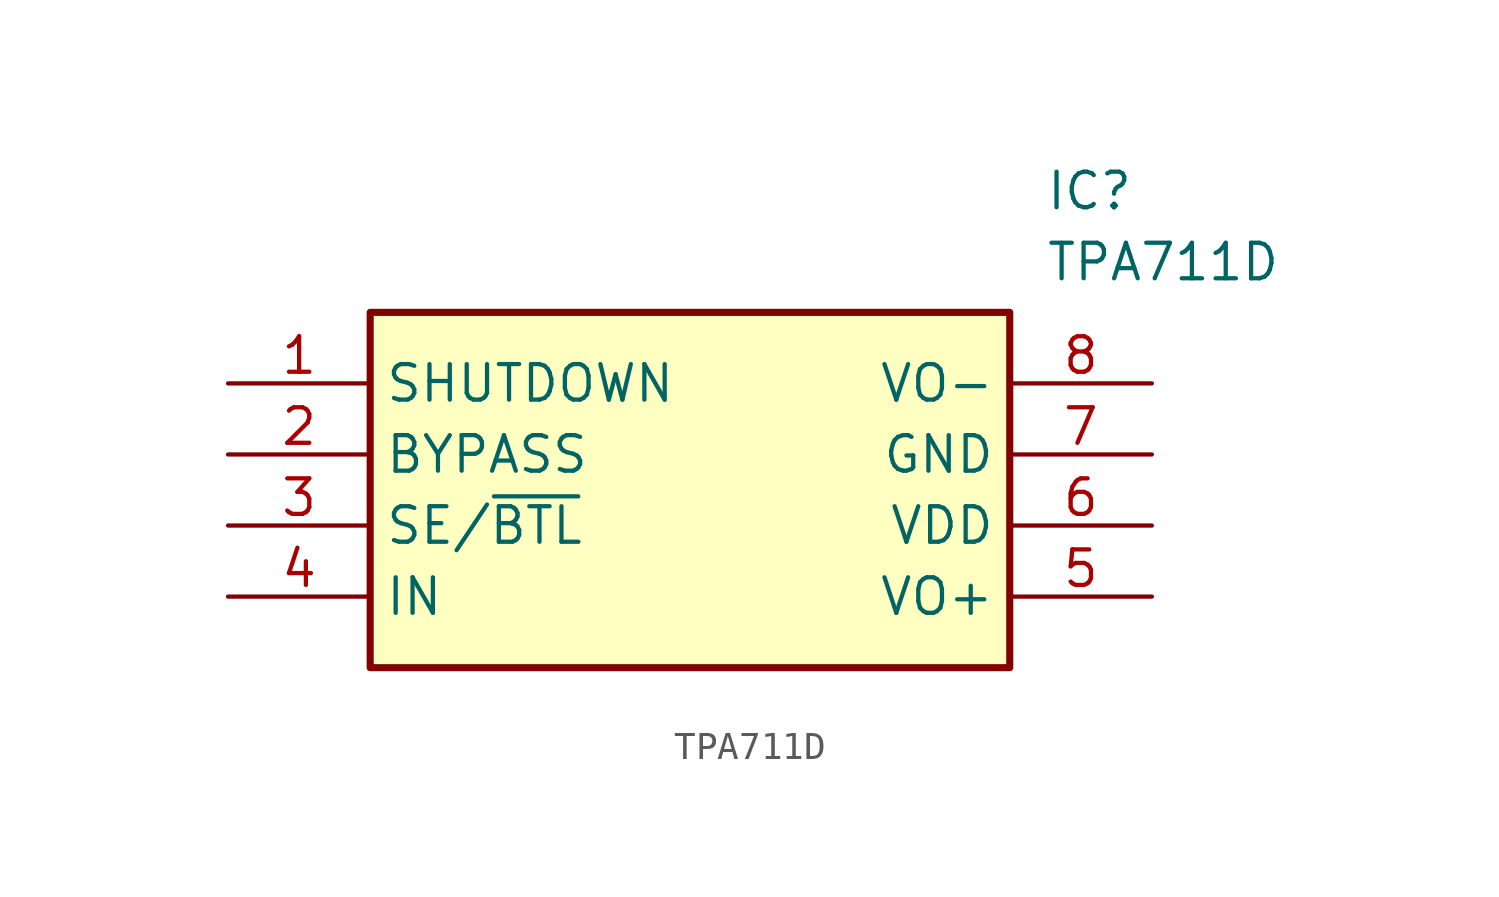
<source format=kicad_sym>
(kicad_symbol_lib
  (version 20211014)
  (generator SamacSys_ECAD_Model)
  (symbol "TPA711D"
    (property "Reference" "IC"
      (at 29.21 7.62 0)
      (effects (font (size 1.27 1.27)) (justify left top)))
    (property "Value" "TPA711D"
      (at 29.21 5.08 0)
      (effects (font (size 1.27 1.27)) (justify left top)))
    (rectangle
      (start 5.08 2.54)
      (end 27.94 -10.16)
      (stroke (width 0.254) (type default))
      (fill (type background)))
    (pin passive line
      (at 0 0 0)
      (length 5.08)
      (name "SHUTDOWN" (effects (font (size 1.27 1.27))))
      (number "1" (effects (font (size 1.27 1.27)))))
    (pin passive line
      (at 0 -2.54 0)
      (length 5.08)
      (name "BYPASS" (effects (font (size 1.27 1.27))))
      (number "2" (effects (font (size 1.27 1.27)))))
    (pin passive line
      (at 0 -5.08 0)
      (length 5.08)
      (name "SE/~{BTL}" (effects (font (size 1.27 1.27))))
      (number "3" (effects (font (size 1.27 1.27)))))
    (pin passive line
      (at 0 -7.62 0)
      (length 5.08)
      (name "IN" (effects (font (size 1.27 1.27))))
      (number "4" (effects (font (size 1.27 1.27)))))
    (pin passive line
      (at 33.02 0 180)
      (length 5.08)
      (name "VO-" (effects (font (size 1.27 1.27))))
      (number "8" (effects (font (size 1.27 1.27)))))
    (pin passive line
      (at 33.02 -2.54 180)
      (length 5.08)
      (name "GND" (effects (font (size 1.27 1.27))))
      (number "7" (effects (font (size 1.27 1.27)))))
    (pin passive line
      (at 33.02 -5.08 180)
      (length 5.08)
      (name "VDD" (effects (font (size 1.27 1.27))))
      (number "6" (effects (font (size 1.27 1.27)))))
    (pin passive line
      (at 33.02 -7.62 180)
      (length 5.08)
      (name "VO+" (effects (font (size 1.27 1.27))))
      (number "5" (effects (font (size 1.27 1.27)))))))
</source>
